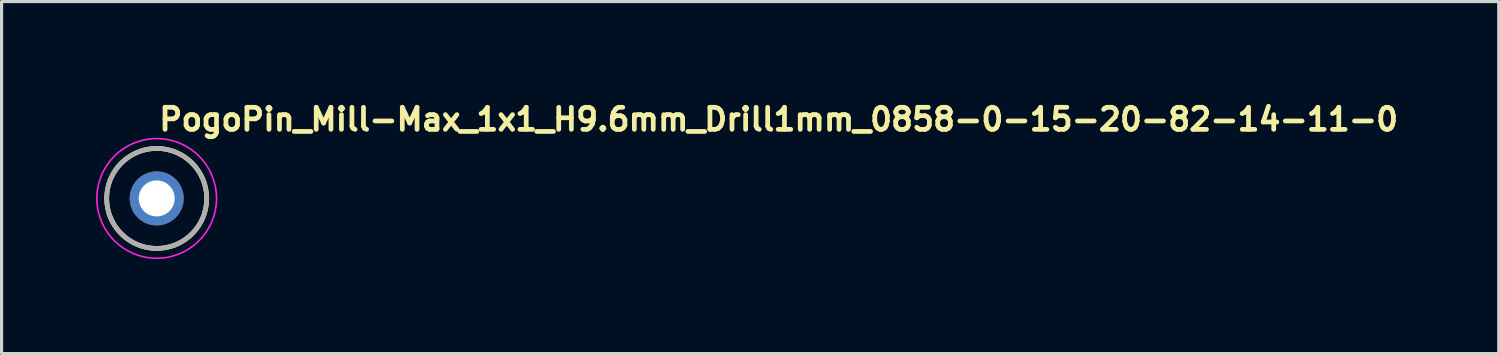
<source format=kicad_pcb>
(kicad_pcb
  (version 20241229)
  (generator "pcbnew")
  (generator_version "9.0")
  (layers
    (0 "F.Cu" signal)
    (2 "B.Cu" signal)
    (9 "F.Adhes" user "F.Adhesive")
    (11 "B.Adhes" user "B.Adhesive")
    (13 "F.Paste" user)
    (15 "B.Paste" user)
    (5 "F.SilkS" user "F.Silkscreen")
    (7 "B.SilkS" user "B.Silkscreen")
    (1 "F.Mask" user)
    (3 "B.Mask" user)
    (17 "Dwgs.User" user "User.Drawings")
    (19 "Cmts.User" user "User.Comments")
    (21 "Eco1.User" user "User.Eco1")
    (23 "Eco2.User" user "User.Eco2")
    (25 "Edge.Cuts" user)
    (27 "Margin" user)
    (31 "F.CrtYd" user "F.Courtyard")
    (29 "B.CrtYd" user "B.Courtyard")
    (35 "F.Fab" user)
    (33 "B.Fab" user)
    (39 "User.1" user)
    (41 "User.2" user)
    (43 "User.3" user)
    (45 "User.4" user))
  (footprint "PogoPin_Mill-Max_1x1_H9.6mm_Drill1mm_0858-0-15-20-82-14-11-0"
    (layer "F.Cu")
    (at 1.925 3.25)
    (property "Reference" "PogoPin_Mill-Max_1x1_H9.6mm_Drill1mm_0858-0-15-20-82-14-11-0" (at 0 -2.1 0) (layer "F.SilkS") (effects (font (size 0.7 0.7) (thickness 0.15)) (justify left bottom)))
    (attr through_hole)
    (fp_line (start -1.588 0) (end -1.588 0) (stroke (width 0.15) (type solid)) (layer "F.SilkS"))
    (fp_line (start 1.588 0) (end 1.588 0) (stroke (width 0.15) (type solid)) (layer "F.SilkS"))
    (fp_arc (start -1.588 0) (mid 0 -1.588) (end 1.588 0) (stroke (width 0.15) (type solid)) (layer "F.SilkS"))
    (fp_arc (start 1.588 0) (mid 0 1.588) (end -1.588 0) (stroke (width 0.15) (type solid)) (layer "F.SilkS"))
    (fp_circle (center 0 0) (end 1.9 0) (stroke (width 0.05) (type solid)) (fill no) (layer "F.CrtYd"))
    (fp_line (start -1.588 0) (end -1.588 0) (stroke (width 0.15) (type solid)) (layer "F.Fab"))
    (fp_line (start 1.588 0) (end 1.588 0) (stroke (width 0.15) (type solid)) (layer "F.Fab"))
    (fp_arc (start -1.588 0) (mid 0 -1.588) (end 1.588 0) (stroke (width 0.15) (type solid)) (layer "F.Fab"))
    (fp_arc (start 1.588 0) (mid 0 1.588) (end -1.588 0) (stroke (width 0.15) (type solid)) (layer "F.Fab"))
    (fp_rect (start -1.588 -1.588) (end 1.588 1.588) (stroke (width 0.1) (type solid)) (fill no) (layer "User.5"))
    (fp_line (start -1.588 0) (end -1.584 0.106) (stroke (width 0.02) (type solid)) (layer "User.9"))
    (fp_line (start -1.587 -0.053) (end -1.588 0) (stroke (width 0.02) (type solid)) (layer "User.9"))
    (fp_line (start -1.584 -0.106) (end -1.587 -0.053) (stroke (width 0.02) (type solid)) (layer "User.9"))
    (fp_line (start -1.584 0.106) (end -1.574 0.21) (stroke (width 0.02) (type solid)) (layer "User.9"))
    (fp_line (start -1.58 -0.158) (end -1.584 -0.106) (stroke (width 0.02) (type solid)) (layer "User.9"))
    (fp_line (start -1.574 -0.21) (end -1.58 -0.158) (stroke (width 0.02) (type solid)) (layer "User.9"))
    (fp_line (start -1.574 0.21) (end -1.557 0.313) (stroke (width 0.02) (type solid)) (layer "User.9"))
    (fp_line (start -1.566 -0.262) (end -1.574 -0.21) (stroke (width 0.02) (type solid)) (layer "User.9"))
    (fp_line (start -1.557 -0.313) (end -1.566 -0.262) (stroke (width 0.02) (type solid)) (layer "User.9"))
    (fp_line (start -1.557 0.313) (end -1.533 0.414) (stroke (width 0.02) (type solid)) (layer "User.9"))
    (fp_line (start -1.546 -0.364) (end -1.557 -0.313) (stroke (width 0.02) (type solid)) (layer "User.9"))
    (fp_line (start -1.533 -0.414) (end -1.546 -0.364) (stroke (width 0.02) (type solid)) (layer "User.9"))
    (fp_line (start -1.533 0.414) (end -1.503 0.513) (stroke (width 0.02) (type solid)) (layer "User.9"))
    (fp_line (start -1.519 -0.464) (end -1.533 -0.414) (stroke (width 0.02) (type solid)) (layer "User.9"))
    (fp_line (start -1.503 -0.513) (end -1.519 -0.464) (stroke (width 0.02) (type solid)) (layer "User.9"))
    (fp_line (start -1.503 0.513) (end -1.466 0.61) (stroke (width 0.02) (type solid)) (layer "User.9"))
    (fp_line (start -1.485 -0.562) (end -1.503 -0.513) (stroke (width 0.02) (type solid)) (layer "User.9"))
    (fp_line (start -1.466 -0.61) (end -1.485 -0.562) (stroke (width 0.02) (type solid)) (layer "User.9"))
    (fp_line (start -1.466 0.61) (end -1.424 0.703) (stroke (width 0.02) (type solid)) (layer "User.9"))
    (fp_line (start -1.446 -0.657) (end -1.466 -0.61) (stroke (width 0.02) (type solid)) (layer "User.9"))
    (fp_line (start -1.424 -0.703) (end -1.446 -0.657) (stroke (width 0.02) (type solid)) (layer "User.9"))
    (fp_line (start -1.424 0.703) (end -1.375 0.794) (stroke (width 0.02) (type solid)) (layer "User.9"))
    (fp_line (start -1.4 -0.749) (end -1.424 -0.703) (stroke (width 0.02) (type solid)) (layer "User.9"))
    (fp_line (start -1.375 -0.794) (end -1.4 -0.749) (stroke (width 0.02) (type solid)) (layer "User.9"))
    (fp_line (start -1.375 0.794) (end -1.321 0.881) (stroke (width 0.02) (type solid)) (layer "User.9"))
    (fp_line (start -1.349 -0.838) (end -1.375 -0.794) (stroke (width 0.02) (type solid)) (layer "User.9"))
    (fp_line (start -1.321 -0.881) (end -1.349 -0.838) (stroke (width 0.02) (type solid)) (layer "User.9"))
    (fp_line (start -1.321 0.881) (end -1.261 0.965) (stroke (width 0.02) (type solid)) (layer "User.9"))
    (fp_line (start -1.292 -0.924) (end -1.321 -0.881) (stroke (width 0.02) (type solid)) (layer "User.9"))
    (fp_line (start -1.261 -0.965) (end -1.292 -0.924) (stroke (width 0.02) (type solid)) (layer "User.9"))
    (fp_line (start -1.261 0.965) (end -1.196 1.045) (stroke (width 0.02) (type solid)) (layer "User.9"))
    (fp_line (start -1.229 -1.005) (end -1.261 -0.965) (stroke (width 0.02) (type solid)) (layer "User.9"))
    (fp_line (start -1.196 -1.045) (end -1.229 -1.005) (stroke (width 0.02) (type solid)) (layer "User.9"))
    (fp_line (start -1.196 1.045) (end -1.125 1.12) (stroke (width 0.02) (type solid)) (layer "User.9"))
    (fp_line (start -1.161 -1.083) (end -1.196 -1.045) (stroke (width 0.02) (type solid)) (layer "User.9"))
    (fp_line (start -1.125 -1.12) (end -1.161 -1.083) (stroke (width 0.02) (type solid)) (layer "User.9"))
    (fp_line (start -1.125 1.12) (end -1.05 1.192) (stroke (width 0.02) (type solid)) (layer "User.9"))
    (fp_line (start -1.088 -1.157) (end -1.125 -1.12) (stroke (width 0.02) (type solid)) (layer "User.9"))
    (fp_line (start -1.05 -1.192) (end -1.088 -1.157) (stroke (width 0.02) (type solid)) (layer "User.9"))
    (fp_line (start -1.05 1.192) (end -0.969 1.258) (stroke (width 0.02) (type solid)) (layer "User.9"))
    (fp_line (start -1.01 -1.225) (end -1.05 -1.192) (stroke (width 0.02) (type solid)) (layer "User.9"))
    (fp_line (start -0.969 -1.258) (end -1.01 -1.225) (stroke (width 0.02) (type solid)) (layer "User.9"))
    (fp_line (start -0.969 1.258) (end -0.884 1.319) (stroke (width 0.02) (type solid)) (layer "User.9"))
    (fp_line (start -0.927 -1.289) (end -0.969 -1.258) (stroke (width 0.02) (type solid)) (layer "User.9"))
    (fp_line (start -0.884 -1.319) (end -0.927 -1.289) (stroke (width 0.02) (type solid)) (layer "User.9"))
    (fp_line (start -0.884 1.319) (end -0.794 1.375) (stroke (width 0.02) (type solid)) (layer "User.9"))
    (fp_line (start -0.84 -1.348) (end -0.884 -1.319) (stroke (width 0.02) (type solid)) (layer "User.9"))
    (fp_line (start -0.794 -1.375) (end -0.84 -1.348) (stroke (width 0.02) (type solid)) (layer "User.9"))
    (fp_line (start -0.794 -1.375) (end -0.794 -1.375) (stroke (width 0.02) (type solid)) (layer "User.9"))
    (fp_line (start -0.794 1.375) (end -0.794 1.375) (stroke (width 0.02) (type solid)) (layer "User.9"))
    (fp_line (start -0.794 1.375) (end -0.701 1.425) (stroke (width 0.02) (type solid)) (layer "User.9"))
    (fp_line (start -0.701 -1.425) (end -0.794 -1.375) (stroke (width 0.02) (type solid)) (layer "User.9"))
    (fp_line (start -0.701 1.425) (end -0.605 1.468) (stroke (width 0.02) (type solid)) (layer "User.9"))
    (fp_line (start -0.605 -1.468) (end -0.701 -1.425) (stroke (width 0.02) (type solid)) (layer "User.9"))
    (fp_line (start -0.605 1.468) (end -0.507 1.505) (stroke (width 0.02) (type solid)) (layer "User.9"))
    (fp_line (start -0.507 -1.505) (end -0.605 -1.468) (stroke (width 0.02) (type solid)) (layer "User.9"))
    (fp_line (start -0.507 1.505) (end -0.408 1.535) (stroke (width 0.02) (type solid)) (layer "User.9"))
    (fp_line (start -0.408 -1.535) (end -0.507 -1.505) (stroke (width 0.02) (type solid)) (layer "User.9"))
    (fp_line (start -0.408 1.535) (end -0.307 1.558) (stroke (width 0.02) (type solid)) (layer "User.9"))
    (fp_line (start -0.307 -1.558) (end -0.408 -1.535) (stroke (width 0.02) (type solid)) (layer "User.9"))
    (fp_line (start -0.307 1.558) (end -0.205 1.575) (stroke (width 0.02) (type solid)) (layer "User.9"))
    (fp_line (start -0.205 -1.575) (end -0.307 -1.558) (stroke (width 0.02) (type solid)) (layer "User.9"))
    (fp_line (start -0.205 1.575) (end -0.103 1.585) (stroke (width 0.02) (type solid)) (layer "User.9"))
    (fp_line (start -0.103 -1.585) (end -0.205 -1.575) (stroke (width 0.02) (type solid)) (layer "User.9"))
    (fp_line (start -0.103 1.585) (end 0 1.588) (stroke (width 0.02) (type solid)) (layer "User.9"))
    (fp_line (start 0 -1.588) (end -0.103 -1.585) (stroke (width 0.02) (type solid)) (layer "User.9"))
    (fp_line (start 0 1.588) (end 0.103 1.585) (stroke (width 0.02) (type solid)) (layer "User.9"))
    (fp_line (start 0.103 -1.585) (end 0 -1.588) (stroke (width 0.02) (type solid)) (layer "User.9"))
    (fp_line (start 0.103 1.585) (end 0.205 1.575) (stroke (width 0.02) (type solid)) (layer "User.9"))
    (fp_line (start 0.205 -1.575) (end 0.103 -1.585) (stroke (width 0.02) (type solid)) (layer "User.9"))
    (fp_line (start 0.205 1.575) (end 0.307 1.558) (stroke (width 0.02) (type solid)) (layer "User.9"))
    (fp_line (start 0.307 -1.558) (end 0.205 -1.575) (stroke (width 0.02) (type solid)) (layer "User.9"))
    (fp_line (start 0.307 1.558) (end 0.408 1.535) (stroke (width 0.02) (type solid)) (layer "User.9"))
    (fp_line (start 0.408 -1.535) (end 0.307 -1.558) (stroke (width 0.02) (type solid)) (layer "User.9"))
    (fp_line (start 0.408 1.535) (end 0.507 1.505) (stroke (width 0.02) (type solid)) (layer "User.9"))
    (fp_line (start 0.507 -1.505) (end 0.408 -1.535) (stroke (width 0.02) (type solid)) (layer "User.9"))
    (fp_line (start 0.507 1.505) (end 0.605 1.468) (stroke (width 0.02) (type solid)) (layer "User.9"))
    (fp_line (start 0.605 -1.468) (end 0.507 -1.505) (stroke (width 0.02) (type solid)) (layer "User.9"))
    (fp_line (start 0.605 1.468) (end 0.701 1.425) (stroke (width 0.02) (type solid)) (layer "User.9"))
    (fp_line (start 0.701 -1.425) (end 0.605 -1.468) (stroke (width 0.02) (type solid)) (layer "User.9"))
    (fp_line (start 0.701 1.425) (end 0.794 1.375) (stroke (width 0.02) (type solid)) (layer "User.9"))
    (fp_line (start 0.794 -1.375) (end 0.701 -1.425) (stroke (width 0.02) (type solid)) (layer "User.9"))
    (fp_line (start 0.794 -1.375) (end 0.794 -1.375) (stroke (width 0.02) (type solid)) (layer "User.9"))
    (fp_line (start 0.794 1.375) (end 0.794 1.375) (stroke (width 0.02) (type solid)) (layer "User.9"))
    (fp_line (start 0.794 1.375) (end 0.84 1.348) (stroke (width 0.02) (type solid)) (layer "User.9"))
    (fp_line (start 0.84 1.348) (end 0.884 1.319) (stroke (width 0.02) (type solid)) (layer "User.9"))
    (fp_line (start 0.884 -1.319) (end 0.794 -1.375) (stroke (width 0.02) (type solid)) (layer "User.9"))
    (fp_line (start 0.884 1.319) (end 0.927 1.289) (stroke (width 0.02) (type solid)) (layer "User.9"))
    (fp_line (start 0.927 1.289) (end 0.969 1.258) (stroke (width 0.02) (type solid)) (layer "User.9"))
    (fp_line (start 0.969 -1.258) (end 0.884 -1.319) (stroke (width 0.02) (type solid)) (layer "User.9"))
    (fp_line (start 0.969 1.258) (end 1.01 1.225) (stroke (width 0.02) (type solid)) (layer "User.9"))
    (fp_line (start 1.01 1.225) (end 1.05 1.192) (stroke (width 0.02) (type solid)) (layer "User.9"))
    (fp_line (start 1.05 -1.192) (end 0.969 -1.258) (stroke (width 0.02) (type solid)) (layer "User.9"))
    (fp_line (start 1.05 1.192) (end 1.088 1.157) (stroke (width 0.02) (type solid)) (layer "User.9"))
    (fp_line (start 1.088 1.157) (end 1.125 1.12) (stroke (width 0.02) (type solid)) (layer "User.9"))
    (fp_line (start 1.125 -1.12) (end 1.05 -1.192) (stroke (width 0.02) (type solid)) (layer "User.9"))
    (fp_line (start 1.125 1.12) (end 1.161 1.083) (stroke (width 0.02) (type solid)) (layer "User.9"))
    (fp_line (start 1.161 1.083) (end 1.196 1.045) (stroke (width 0.02) (type solid)) (layer "User.9"))
    (fp_line (start 1.196 -1.045) (end 1.125 -1.12) (stroke (width 0.02) (type solid)) (layer "User.9"))
    (fp_line (start 1.196 1.045) (end 1.229 1.005) (stroke (width 0.02) (type solid)) (layer "User.9"))
    (fp_line (start 1.229 1.005) (end 1.261 0.965) (stroke (width 0.02) (type solid)) (layer "User.9"))
    (fp_line (start 1.261 -0.965) (end 1.196 -1.045) (stroke (width 0.02) (type solid)) (layer "User.9"))
    (fp_line (start 1.261 0.965) (end 1.292 0.924) (stroke (width 0.02) (type solid)) (layer "User.9"))
    (fp_line (start 1.292 0.924) (end 1.321 0.881) (stroke (width 0.02) (type solid)) (layer "User.9"))
    (fp_line (start 1.321 -0.881) (end 1.261 -0.965) (stroke (width 0.02) (type solid)) (layer "User.9"))
    (fp_line (start 1.321 0.881) (end 1.349 0.838) (stroke (width 0.02) (type solid)) (layer "User.9"))
    (fp_line (start 1.349 0.838) (end 1.375 0.794) (stroke (width 0.02) (type solid)) (layer "User.9"))
    (fp_line (start 1.375 -0.794) (end 1.321 -0.881) (stroke (width 0.02) (type solid)) (layer "User.9"))
    (fp_line (start 1.375 0.794) (end 1.4 0.749) (stroke (width 0.02) (type solid)) (layer "User.9"))
    (fp_line (start 1.4 0.749) (end 1.424 0.703) (stroke (width 0.02) (type solid)) (layer "User.9"))
    (fp_line (start 1.424 -0.703) (end 1.375 -0.794) (stroke (width 0.02) (type solid)) (layer "User.9"))
    (fp_line (start 1.424 0.703) (end 1.446 0.657) (stroke (width 0.02) (type solid)) (layer "User.9"))
    (fp_line (start 1.446 0.657) (end 1.466 0.61) (stroke (width 0.02) (type solid)) (layer "User.9"))
    (fp_line (start 1.466 -0.61) (end 1.424 -0.703) (stroke (width 0.02) (type solid)) (layer "User.9"))
    (fp_line (start 1.466 0.61) (end 1.485 0.562) (stroke (width 0.02) (type solid)) (layer "User.9"))
    (fp_line (start 1.485 0.562) (end 1.503 0.513) (stroke (width 0.02) (type solid)) (layer "User.9"))
    (fp_line (start 1.503 -0.513) (end 1.466 -0.61) (stroke (width 0.02) (type solid)) (layer "User.9"))
    (fp_line (start 1.503 0.513) (end 1.519 0.464) (stroke (width 0.02) (type solid)) (layer "User.9"))
    (fp_line (start 1.519 0.464) (end 1.533 0.414) (stroke (width 0.02) (type solid)) (layer "User.9"))
    (fp_line (start 1.533 -0.414) (end 1.503 -0.513) (stroke (width 0.02) (type solid)) (layer "User.9"))
    (fp_line (start 1.533 0.414) (end 1.546 0.364) (stroke (width 0.02) (type solid)) (layer "User.9"))
    (fp_line (start 1.546 0.364) (end 1.557 0.313) (stroke (width 0.02) (type solid)) (layer "User.9"))
    (fp_line (start 1.557 -0.313) (end 1.533 -0.414) (stroke (width 0.02) (type solid)) (layer "User.9"))
    (fp_line (start 1.557 0.313) (end 1.566 0.262) (stroke (width 0.02) (type solid)) (layer "User.9"))
    (fp_line (start 1.566 0.262) (end 1.574 0.21) (stroke (width 0.02) (type solid)) (layer "User.9"))
    (fp_line (start 1.574 -0.21) (end 1.557 -0.313) (stroke (width 0.02) (type solid)) (layer "User.9"))
    (fp_line (start 1.574 0.21) (end 1.58 0.158) (stroke (width 0.02) (type solid)) (layer "User.9"))
    (fp_line (start 1.58 0.158) (end 1.584 0.106) (stroke (width 0.02) (type solid)) (layer "User.9"))
    (fp_line (start 1.584 -0.106) (end 1.574 -0.21) (stroke (width 0.02) (type solid)) (layer "User.9"))
    (fp_line (start 1.584 0.106) (end 1.587 0.053) (stroke (width 0.02) (type solid)) (layer "User.9"))
    (fp_line (start 1.587 0.053) (end 1.588 0) (stroke (width 0.02) (type solid)) (layer "User.9"))
    (fp_line (start 1.588 0) (end 1.584 -0.106) (stroke (width 0.02) (type solid)) (layer "User.9"))
    (pad "1" thru_hole circle (at 0 0) (size 1.715 1.715) (drill 1.143) (layers "*.Cu" "*.Mask")))
  (gr_rect
    (start -3 -3)
    (end 44.535 8.175)
    (stroke (width 0.1) (type default))
    (fill no)
    (layer "Edge.Cuts")))
</source>
